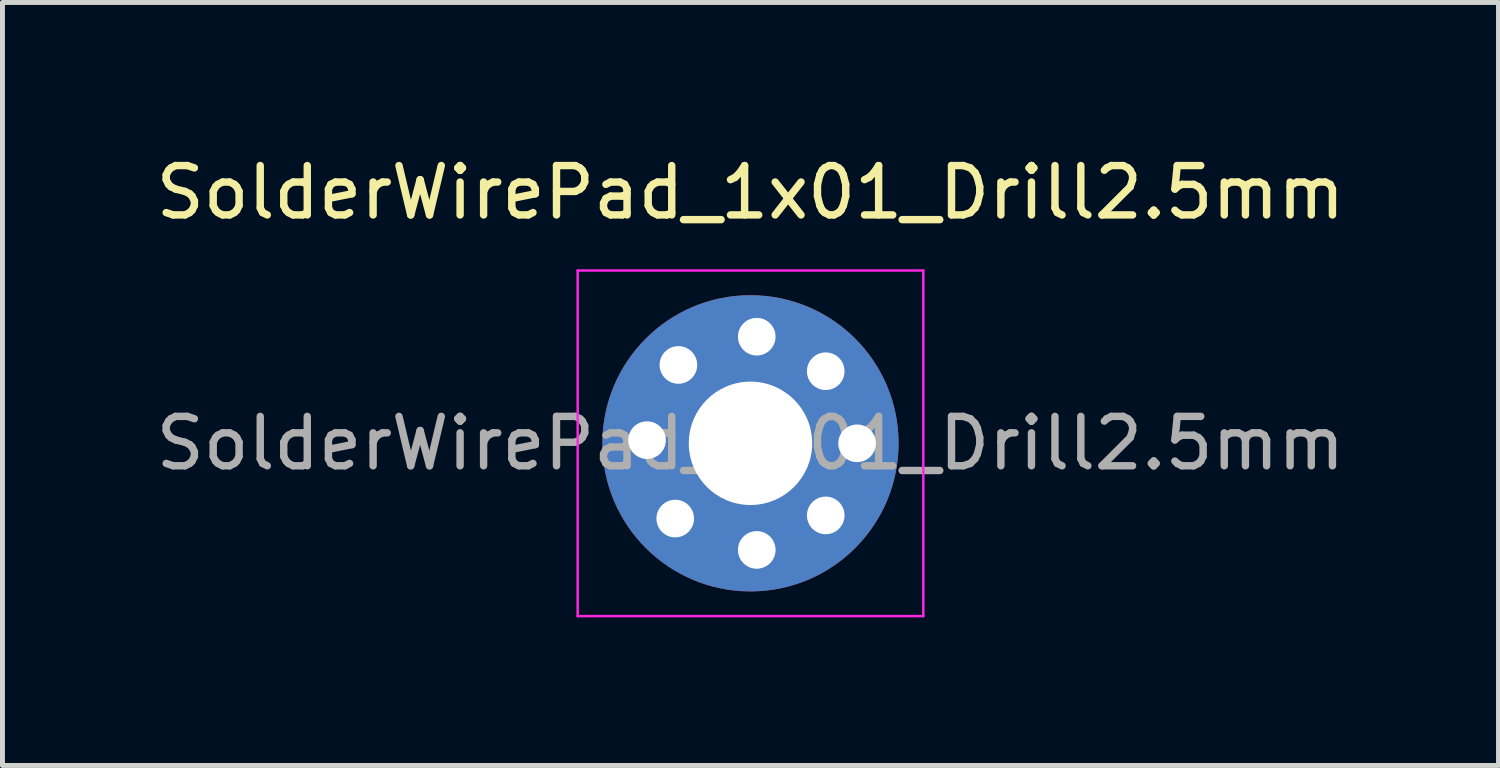
<source format=kicad_pcb>
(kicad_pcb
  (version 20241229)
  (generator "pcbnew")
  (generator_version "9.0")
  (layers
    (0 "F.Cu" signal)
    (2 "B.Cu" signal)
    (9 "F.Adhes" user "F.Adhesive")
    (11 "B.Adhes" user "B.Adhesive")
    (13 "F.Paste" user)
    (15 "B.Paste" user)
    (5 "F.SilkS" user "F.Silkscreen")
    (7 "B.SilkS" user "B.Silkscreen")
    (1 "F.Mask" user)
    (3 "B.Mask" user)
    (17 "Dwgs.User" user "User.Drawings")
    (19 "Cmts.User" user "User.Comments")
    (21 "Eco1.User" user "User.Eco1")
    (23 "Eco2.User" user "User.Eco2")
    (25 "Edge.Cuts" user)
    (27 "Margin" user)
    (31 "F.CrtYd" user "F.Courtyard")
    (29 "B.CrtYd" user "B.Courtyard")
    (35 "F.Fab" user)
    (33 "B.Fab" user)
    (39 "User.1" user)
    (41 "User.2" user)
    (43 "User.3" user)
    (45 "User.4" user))
  (footprint "SolderWirePad_1x01_Drill2.5mm"
    (layer "F.Cu")
    (at 12.149 5.928)
    (property "Reference" "SolderWirePad_1x01_Drill2.5mm" (at 0 -5.08 0) (layer "F.SilkS") (effects (font (size 1 1) (thickness 0.15))))
    (attr exclude_from_pos_files exclude_from_bom)
    (fp_line (start -3.5 -3.5) (end -3.5 3.5) (stroke (width 0.05) (type solid)) (layer "F.CrtYd"))
    (fp_line (start -3.5 -3.5) (end 3.5 -3.5) (stroke (width 0.05) (type solid)) (layer "F.CrtYd"))
    (fp_line (start 3.5 3.5) (end -3.5 3.5) (stroke (width 0.05) (type solid)) (layer "F.CrtYd"))
    (fp_line (start 3.5 3.5) (end 3.5 -3.5) (stroke (width 0.05) (type solid)) (layer "F.CrtYd"))
    (fp_text user "${REFERENCE}" (at 0 0 0) (layer "F.Fab") (effects (font (size 1 1) (thickness 0.15))))
    (pad "1" thru_hole circle (at 0 0) (size 5.999 5.999) (drill 2.499) (layers "*.Cu" "*.Mask"))
    (pad "2" thru_hole circle (at 0.127 2.159) (size 1.524 1.524) (drill 0.762) (layers "*.Cu" "*.Mask"))
    (pad "3" thru_hole circle (at 2.159 0) (size 1.524 1.524) (drill 0.762) (layers "*.Cu" "*.Mask"))
    (pad "4" thru_hole circle (at -2.095 -0.064) (size 1.524 1.524) (drill 0.762) (layers "*.Cu" "*.Mask"))
    (pad "5" thru_hole circle (at 0.127 -2.159) (size 1.524 1.524) (drill 0.762) (layers "*.Cu" "*.Mask"))
    (pad "6" thru_hole circle (at -1.46 -1.587) (size 1.524 1.524) (drill 0.762) (layers "*.Cu" "*.Mask"))
    (pad "7" thru_hole circle (at 1.524 -1.46) (size 1.524 1.524) (drill 0.762) (layers "*.Cu" "*.Mask"))
    (pad "8" thru_hole circle (at -1.524 1.524) (size 1.524 1.524) (drill 0.762) (layers "*.Cu" "*.Mask"))
    (pad "9" thru_hole circle (at 1.524 1.46) (size 1.524 1.524) (drill 0.762) (layers "*.Cu" "*.Mask")))
  (gr_rect
    (start -3 -3)
    (end 27.298 12.453)
    (stroke (width 0.1) (type default))
    (fill no)
    (layer "Edge.Cuts")))
</source>
